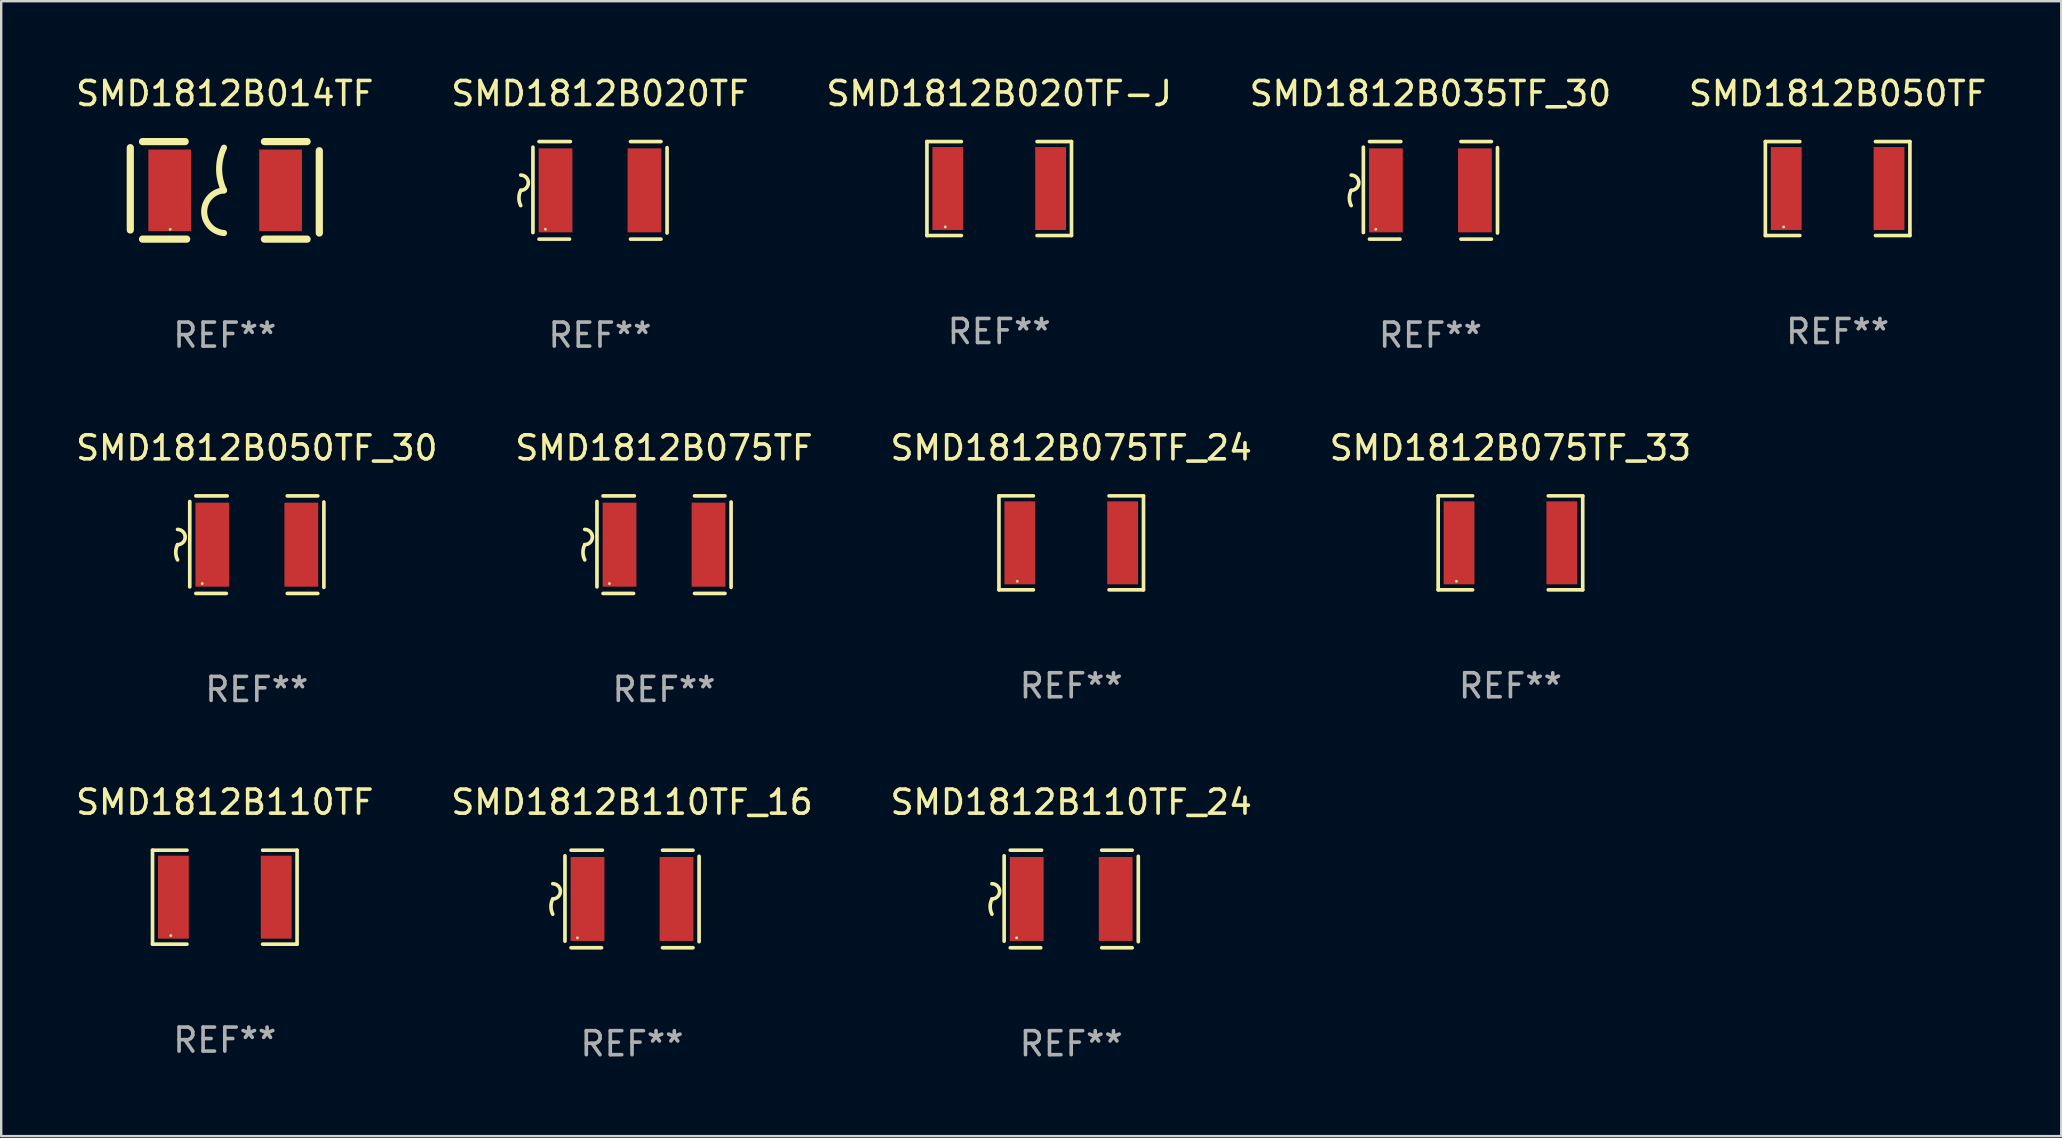
<source format=kicad_pcb>
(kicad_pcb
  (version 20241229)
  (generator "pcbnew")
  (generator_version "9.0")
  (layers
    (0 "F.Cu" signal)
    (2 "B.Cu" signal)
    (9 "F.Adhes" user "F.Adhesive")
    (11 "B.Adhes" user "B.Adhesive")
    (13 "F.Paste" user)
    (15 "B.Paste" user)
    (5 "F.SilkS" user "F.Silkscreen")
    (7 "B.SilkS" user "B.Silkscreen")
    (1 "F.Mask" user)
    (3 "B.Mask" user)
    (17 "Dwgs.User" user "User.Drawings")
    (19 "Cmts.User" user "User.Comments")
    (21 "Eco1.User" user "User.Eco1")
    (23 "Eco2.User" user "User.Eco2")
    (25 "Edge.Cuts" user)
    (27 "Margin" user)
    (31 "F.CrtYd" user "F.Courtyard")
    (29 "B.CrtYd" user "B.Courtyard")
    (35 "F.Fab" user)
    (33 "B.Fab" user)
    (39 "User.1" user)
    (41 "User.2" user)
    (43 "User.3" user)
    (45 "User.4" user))
  (footprint "SMD1812B110TF_24"
    (layer "F.Cu")
    (at 41.577 34.401)
    (property "Reference" "SMD1812B110TF_24" (at 0 -4.032 0) (layer "F.SilkS") (effects (font (size 1 1) (thickness 0.15))))
    (attr through_hole)
    (fp_line (start -2.794 -1.798) (end -2.794 1.758) (stroke (width 0.152) (type solid)) (layer "F.SilkS"))
    (fp_line (start -2.54 -2.032) (end -1.235 -2.032) (stroke (width 0.152) (type solid)) (layer "F.SilkS"))
    (fp_line (start -1.27 2.032) (end -2.54 2.032) (stroke (width 0.152) (type solid)) (layer "F.SilkS"))
    (fp_line (start 1.27 2.032) (end 2.54 2.032) (stroke (width 0.152) (type solid)) (layer "F.SilkS"))
    (fp_line (start 2.54 -2.032) (end 1.27 -2.032) (stroke (width 0.152) (type solid)) (layer "F.SilkS"))
    (fp_line (start 2.794 -1.778) (end 2.794 1.778) (stroke (width 0.152) (type solid)) (layer "F.SilkS"))
    (fp_arc (start -3.302007 -0.635002) (mid -2.984506 -0.317501) (end -3.302007 0) (stroke (width 0.151994) (type solid)) (layer "F.SilkS"))
    (fp_arc (start -3.302007 0.635002) (mid -3.376959 0.317501) (end -3.302007 0) (stroke (width 0.151994) (type solid)) (layer "F.SilkS"))
    (fp_circle (center -2.275 1.62) (end -2.245 1.62) (stroke (width 0.06) (type solid)) (fill no) (layer "F.SilkS"))
    (fp_text user "REF**" (at 0 6.032 0) (layer "F.Fab") (effects (font (size 1 1) (thickness 0.15))))
    (pad "1" smd rect (at -1.853 0) (size 1.407 3.499) (layers "F.Cu" "F.Mask" "F.Paste"))
    (pad "2" smd rect (at 1.853 0) (size 1.407 3.499) (layers "F.Cu" "F.Mask" "F.Paste")))
  (footprint "SMD1812B110TF"
    (layer "F.Cu")
    (at 6.315 34.326)
    (property "Reference" "SMD1812B110TF" (at 0 -3.957 0) (layer "F.SilkS") (effects (font (size 1 1) (thickness 0.15))))
    (attr through_hole)
    (fp_line (start -3.011 -1.957) (end -1.576 -1.957) (stroke (width 0.152) (type solid)) (layer "F.SilkS"))
    (fp_line (start -3.011 1.957) (end -3.011 -1.957) (stroke (width 0.152) (type solid)) (layer "F.SilkS"))
    (fp_line (start -1.576 1.957) (end -3.011 1.957) (stroke (width 0.152) (type solid)) (layer "F.SilkS"))
    (fp_line (start 1.576 1.957) (end 3.011 1.957) (stroke (width 0.152) (type solid)) (layer "F.SilkS"))
    (fp_line (start 3.011 -1.957) (end 1.576 -1.957) (stroke (width 0.152) (type solid)) (layer "F.SilkS"))
    (fp_line (start 3.011 1.957) (end 3.011 -1.957) (stroke (width 0.152) (type solid)) (layer "F.SilkS"))
    (fp_circle (center -2.25 1.6) (end -2.22 1.6) (stroke (width 0.06) (type solid)) (fill no) (layer "F.SilkS"))
    (fp_text user "REF**" (at 0 5.957 0) (layer "F.Fab") (effects (font (size 1 1) (thickness 0.15))))
    (pad "1" smd rect (at -2.141 0) (size 1.283 3.456) (layers "F.Cu" "F.Mask" "F.Paste"))
    (pad "2" smd rect (at 2.141 0) (size 1.283 3.456) (layers "F.Cu" "F.Mask" "F.Paste")))
  (footprint "SMD1812B075TF"
    (layer "F.Cu")
    (at 24.613 19.641)
    (property "Reference" "SMD1812B075TF" (at 0 -4.032 0) (layer "F.SilkS") (effects (font (size 1 1) (thickness 0.15))))
    (attr through_hole)
    (fp_line (start -2.794 -1.798) (end -2.794 1.758) (stroke (width 0.152) (type solid)) (layer "F.SilkS"))
    (fp_line (start -2.54 -2.032) (end -1.235 -2.032) (stroke (width 0.152) (type solid)) (layer "F.SilkS"))
    (fp_line (start -1.27 2.032) (end -2.54 2.032) (stroke (width 0.152) (type solid)) (layer "F.SilkS"))
    (fp_line (start 1.27 2.032) (end 2.54 2.032) (stroke (width 0.152) (type solid)) (layer "F.SilkS"))
    (fp_line (start 2.54 -2.032) (end 1.27 -2.032) (stroke (width 0.152) (type solid)) (layer "F.SilkS"))
    (fp_line (start 2.794 -1.778) (end 2.794 1.778) (stroke (width 0.152) (type solid)) (layer "F.SilkS"))
    (fp_arc (start -3.302007 -0.635002) (mid -2.984506 -0.317501) (end -3.302007 0) (stroke (width 0.151994) (type solid)) (layer "F.SilkS"))
    (fp_arc (start -3.302007 0.635002) (mid -3.376959 0.317501) (end -3.302007 0) (stroke (width 0.151994) (type solid)) (layer "F.SilkS"))
    (fp_circle (center -2.275 1.62) (end -2.245 1.62) (stroke (width 0.06) (type solid)) (fill no) (layer "F.SilkS"))
    (fp_text user "REF**" (at 0 6.032 0) (layer "F.Fab") (effects (font (size 1 1) (thickness 0.15))))
    (pad "1" smd rect (at -1.853 0) (size 1.407 3.499) (layers "F.Cu" "F.Mask" "F.Paste"))
    (pad "2" smd rect (at 1.853 0) (size 1.407 3.499) (layers "F.Cu" "F.Mask" "F.Paste")))
  (footprint "SMD1812B075TF_24"
    (layer "F.Cu")
    (at 41.577 19.565)
    (property "Reference" "SMD1812B075TF_24" (at 0 -3.957 0) (layer "F.SilkS") (effects (font (size 1 1) (thickness 0.15))))
    (attr through_hole)
    (fp_line (start -3.011 -1.957) (end -1.576 -1.957) (stroke (width 0.152) (type solid)) (layer "F.SilkS"))
    (fp_line (start -3.011 1.957) (end -3.011 -1.957) (stroke (width 0.152) (type solid)) (layer "F.SilkS"))
    (fp_line (start -1.576 1.957) (end -3.011 1.957) (stroke (width 0.152) (type solid)) (layer "F.SilkS"))
    (fp_line (start 1.576 1.957) (end 3.011 1.957) (stroke (width 0.152) (type solid)) (layer "F.SilkS"))
    (fp_line (start 3.011 -1.957) (end 1.576 -1.957) (stroke (width 0.152) (type solid)) (layer "F.SilkS"))
    (fp_line (start 3.011 1.957) (end 3.011 -1.957) (stroke (width 0.152) (type solid)) (layer "F.SilkS"))
    (fp_circle (center -2.25 1.6) (end -2.22 1.6) (stroke (width 0.06) (type solid)) (fill no) (layer "F.SilkS"))
    (fp_text user "REF**" (at 0 5.957 0) (layer "F.Fab") (effects (font (size 1 1) (thickness 0.15))))
    (pad "1" smd rect (at -2.141 0) (size 1.283 3.456) (layers "F.Cu" "F.Mask" "F.Paste"))
    (pad "2" smd rect (at 2.141 0) (size 1.283 3.456) (layers "F.Cu" "F.Mask" "F.Paste")))
  (footprint "SMD1812B050TF_30"
    (layer "F.Cu")
    (at 7.649 19.641)
    (property "Reference" "SMD1812B050TF_30" (at 0 -4.032 0) (layer "F.SilkS") (effects (font (size 1 1) (thickness 0.15))))
    (attr through_hole)
    (fp_line (start -2.794 -1.798) (end -2.794 1.758) (stroke (width 0.152) (type solid)) (layer "F.SilkS"))
    (fp_line (start -2.54 -2.032) (end -1.235 -2.032) (stroke (width 0.152) (type solid)) (layer "F.SilkS"))
    (fp_line (start -1.27 2.032) (end -2.54 2.032) (stroke (width 0.152) (type solid)) (layer "F.SilkS"))
    (fp_line (start 1.27 2.032) (end 2.54 2.032) (stroke (width 0.152) (type solid)) (layer "F.SilkS"))
    (fp_line (start 2.54 -2.032) (end 1.27 -2.032) (stroke (width 0.152) (type solid)) (layer "F.SilkS"))
    (fp_line (start 2.794 -1.778) (end 2.794 1.778) (stroke (width 0.152) (type solid)) (layer "F.SilkS"))
    (fp_arc (start -3.302007 -0.635002) (mid -2.984506 -0.317501) (end -3.302007 0) (stroke (width 0.151994) (type solid)) (layer "F.SilkS"))
    (fp_arc (start -3.302007 0.635002) (mid -3.376959 0.317501) (end -3.302007 0) (stroke (width 0.151994) (type solid)) (layer "F.SilkS"))
    (fp_circle (center -2.275 1.62) (end -2.245 1.62) (stroke (width 0.06) (type solid)) (fill no) (layer "F.SilkS"))
    (fp_text user "REF**" (at 0 6.032 0) (layer "F.Fab") (effects (font (size 1 1) (thickness 0.15))))
    (pad "1" smd rect (at -1.853 0) (size 1.407 3.499) (layers "F.Cu" "F.Mask" "F.Paste"))
    (pad "2" smd rect (at 1.853 0) (size 1.407 3.499) (layers "F.Cu" "F.Mask" "F.Paste")))
  (footprint "SMD1812B020TF-J"
    (layer "F.Cu")
    (at 38.577 4.805)
    (property "Reference" "SMD1812B020TF-J" (at 0 -3.957 0) (layer "F.SilkS") (effects (font (size 1 1) (thickness 0.15))))
    (attr through_hole)
    (fp_line (start -3.011 -1.957) (end -1.576 -1.957) (stroke (width 0.152) (type solid)) (layer "F.SilkS"))
    (fp_line (start -3.011 1.957) (end -3.011 -1.957) (stroke (width 0.152) (type solid)) (layer "F.SilkS"))
    (fp_line (start -1.576 1.957) (end -3.011 1.957) (stroke (width 0.152) (type solid)) (layer "F.SilkS"))
    (fp_line (start 1.576 1.957) (end 3.011 1.957) (stroke (width 0.152) (type solid)) (layer "F.SilkS"))
    (fp_line (start 3.011 -1.957) (end 1.576 -1.957) (stroke (width 0.152) (type solid)) (layer "F.SilkS"))
    (fp_line (start 3.011 1.957) (end 3.011 -1.957) (stroke (width 0.152) (type solid)) (layer "F.SilkS"))
    (fp_circle (center -2.25 1.6) (end -2.22 1.6) (stroke (width 0.06) (type solid)) (fill no) (layer "F.SilkS"))
    (fp_text user "REF**" (at 0 5.957 0) (layer "F.Fab") (effects (font (size 1 1) (thickness 0.15))))
    (pad "1" smd rect (at -2.141 0) (size 1.283 3.456) (layers "F.Cu" "F.Mask" "F.Paste"))
    (pad "2" smd rect (at 2.141 0) (size 1.283 3.456) (layers "F.Cu" "F.Mask" "F.Paste")))
  (footprint "SMD1812B014TF"
    (layer "F.Cu")
    (at 6.315 4.88)
    (property "Reference" "SMD1812B014TF" (at 0 -4.032 0) (layer "F.SilkS") (effects (font (size 1 1) (thickness 0.15))))
    (attr through_hole)
    (fp_line (start -3.937 -1.778) (end -3.937 1.651) (stroke (width 0.3) (type solid)) (layer "F.SilkS"))
    (fp_line (start -3.429 2.032) (end -1.588 2.032) (stroke (width 0.3) (type solid)) (layer "F.SilkS"))
    (fp_line (start -1.651 -2.032) (end -3.429 -2.032) (stroke (width 0.3) (type solid)) (layer "F.SilkS"))
    (fp_line (start 1.651 2.032) (end 3.429 2.032) (stroke (width 0.3) (type solid)) (layer "F.SilkS"))
    (fp_line (start 3.429 -2.032) (end 1.651 -2.032) (stroke (width 0.3) (type solid)) (layer "F.SilkS"))
    (fp_line (start 3.937 1.778) (end 3.937 -1.651) (stroke (width 0.3) (type solid)) (layer "F.SilkS"))
    (fp_arc (start -0.033147 -0.000001) (mid -0.236293 -0.889002) (end -0.033147 -1.778004) (stroke (width 0.254001) (type solid)) (layer "F.SilkS"))
    (fp_arc (start -0.033147 1.778004) (mid -0.858935 0.889002) (end -0.033146 0) (stroke (width 0.254001) (type solid)) (layer "F.SilkS"))
    (fp_circle (center -2.274 1.625) (end -2.244 1.625) (stroke (width 0.06) (type solid)) (fill no) (layer "F.SilkS"))
    (fp_text user "REF**" (at 0 6.032 0) (layer "F.Fab") (effects (font (size 1 1) (thickness 0.15))))
    (pad "1" smd rect (at -2.295 0) (size 1.78 3.4) (layers "F.Cu" "F.Mask" "F.Paste"))
    (pad "2" smd rect (at 2.323 0) (size 1.78 3.4) (layers "F.Cu" "F.Mask" "F.Paste")))
  (footprint "SMD1812B020TF"
    (layer "F.Cu")
    (at 21.946 4.88)
    (property "Reference" "SMD1812B020TF" (at 0 -4.032 0) (layer "F.SilkS") (effects (font (size 1 1) (thickness 0.15))))
    (attr through_hole)
    (fp_line (start -2.794 -1.798) (end -2.794 1.758) (stroke (width 0.152) (type solid)) (layer "F.SilkS"))
    (fp_line (start -2.54 -2.032) (end -1.235 -2.032) (stroke (width 0.152) (type solid)) (layer "F.SilkS"))
    (fp_line (start -1.27 2.032) (end -2.54 2.032) (stroke (width 0.152) (type solid)) (layer "F.SilkS"))
    (fp_line (start 1.27 2.032) (end 2.54 2.032) (stroke (width 0.152) (type solid)) (layer "F.SilkS"))
    (fp_line (start 2.54 -2.032) (end 1.27 -2.032) (stroke (width 0.152) (type solid)) (layer "F.SilkS"))
    (fp_line (start 2.794 -1.778) (end 2.794 1.778) (stroke (width 0.152) (type solid)) (layer "F.SilkS"))
    (fp_arc (start -3.302007 -0.635002) (mid -2.984506 -0.317501) (end -3.302007 0) (stroke (width 0.151994) (type solid)) (layer "F.SilkS"))
    (fp_arc (start -3.302007 0.635002) (mid -3.376959 0.317501) (end -3.302007 0) (stroke (width 0.151994) (type solid)) (layer "F.SilkS"))
    (fp_circle (center -2.275 1.62) (end -2.245 1.62) (stroke (width 0.06) (type solid)) (fill no) (layer "F.SilkS"))
    (fp_text user "REF**" (at 0 6.032 0) (layer "F.Fab") (effects (font (size 1 1) (thickness 0.15))))
    (pad "1" smd rect (at -1.853 0) (size 1.407 3.499) (layers "F.Cu" "F.Mask" "F.Paste"))
    (pad "2" smd rect (at 1.853 0) (size 1.407 3.499) (layers "F.Cu" "F.Mask" "F.Paste")))
  (footprint "SMD1812B110TF_16"
    (layer "F.Cu")
    (at 23.28 34.401)
    (property "Reference" "SMD1812B110TF_16" (at 0 -4.032 0) (layer "F.SilkS") (effects (font (size 1 1) (thickness 0.15))))
    (attr through_hole)
    (fp_line (start -2.794 -1.798) (end -2.794 1.758) (stroke (width 0.152) (type solid)) (layer "F.SilkS"))
    (fp_line (start -2.54 -2.032) (end -1.235 -2.032) (stroke (width 0.152) (type solid)) (layer "F.SilkS"))
    (fp_line (start -1.27 2.032) (end -2.54 2.032) (stroke (width 0.152) (type solid)) (layer "F.SilkS"))
    (fp_line (start 1.27 2.032) (end 2.54 2.032) (stroke (width 0.152) (type solid)) (layer "F.SilkS"))
    (fp_line (start 2.54 -2.032) (end 1.27 -2.032) (stroke (width 0.152) (type solid)) (layer "F.SilkS"))
    (fp_line (start 2.794 -1.778) (end 2.794 1.778) (stroke (width 0.152) (type solid)) (layer "F.SilkS"))
    (fp_arc (start -3.302007 -0.635002) (mid -2.984506 -0.317501) (end -3.302007 0) (stroke (width 0.151994) (type solid)) (layer "F.SilkS"))
    (fp_arc (start -3.302007 0.635002) (mid -3.376959 0.317501) (end -3.302007 0) (stroke (width 0.151994) (type solid)) (layer "F.SilkS"))
    (fp_circle (center -2.275 1.62) (end -2.245 1.62) (stroke (width 0.06) (type solid)) (fill no) (layer "F.SilkS"))
    (fp_text user "REF**" (at 0 6.032 0) (layer "F.Fab") (effects (font (size 1 1) (thickness 0.15))))
    (pad "1" smd rect (at -1.853 0) (size 1.407 3.499) (layers "F.Cu" "F.Mask" "F.Paste"))
    (pad "2" smd rect (at 1.853 0) (size 1.407 3.499) (layers "F.Cu" "F.Mask" "F.Paste")))
  (footprint "SMD1812B075TF_33"
    (layer "F.Cu")
    (at 59.875 19.565)
    (property "Reference" "SMD1812B075TF_33" (at 0 -3.957 0) (layer "F.SilkS") (effects (font (size 1 1) (thickness 0.15))))
    (attr through_hole)
    (fp_line (start -3.011 -1.957) (end -1.576 -1.957) (stroke (width 0.152) (type solid)) (layer "F.SilkS"))
    (fp_line (start -3.011 1.957) (end -3.011 -1.957) (stroke (width 0.152) (type solid)) (layer "F.SilkS"))
    (fp_line (start -1.576 1.957) (end -3.011 1.957) (stroke (width 0.152) (type solid)) (layer "F.SilkS"))
    (fp_line (start 1.576 1.957) (end 3.011 1.957) (stroke (width 0.152) (type solid)) (layer "F.SilkS"))
    (fp_line (start 3.011 -1.957) (end 1.576 -1.957) (stroke (width 0.152) (type solid)) (layer "F.SilkS"))
    (fp_line (start 3.011 1.957) (end 3.011 -1.957) (stroke (width 0.152) (type solid)) (layer "F.SilkS"))
    (fp_circle (center -2.25 1.6) (end -2.22 1.6) (stroke (width 0.06) (type solid)) (fill no) (layer "F.SilkS"))
    (fp_text user "REF**" (at 0 5.957 0) (layer "F.Fab") (effects (font (size 1 1) (thickness 0.15))))
    (pad "1" smd rect (at -2.141 0) (size 1.283 3.456) (layers "F.Cu" "F.Mask" "F.Paste"))
    (pad "2" smd rect (at 2.141 0) (size 1.283 3.456) (layers "F.Cu" "F.Mask" "F.Paste")))
  (footprint "SMD1812B050TF"
    (layer "F.Cu")
    (at 73.506 4.805)
    (property "Reference" "SMD1812B050TF" (at 0 -3.957 0) (layer "F.SilkS") (effects (font (size 1 1) (thickness 0.15))))
    (attr through_hole)
    (fp_line (start -3.011 -1.957) (end -1.576 -1.957) (stroke (width 0.152) (type solid)) (layer "F.SilkS"))
    (fp_line (start -3.011 1.957) (end -3.011 -1.957) (stroke (width 0.152) (type solid)) (layer "F.SilkS"))
    (fp_line (start -1.576 1.957) (end -3.011 1.957) (stroke (width 0.152) (type solid)) (layer "F.SilkS"))
    (fp_line (start 1.576 1.957) (end 3.011 1.957) (stroke (width 0.152) (type solid)) (layer "F.SilkS"))
    (fp_line (start 3.011 -1.957) (end 1.576 -1.957) (stroke (width 0.152) (type solid)) (layer "F.SilkS"))
    (fp_line (start 3.011 1.957) (end 3.011 -1.957) (stroke (width 0.152) (type solid)) (layer "F.SilkS"))
    (fp_circle (center -2.25 1.6) (end -2.22 1.6) (stroke (width 0.06) (type solid)) (fill no) (layer "F.SilkS"))
    (fp_text user "REF**" (at 0 5.957 0) (layer "F.Fab") (effects (font (size 1 1) (thickness 0.15))))
    (pad "1" smd rect (at -2.141 0) (size 1.283 3.456) (layers "F.Cu" "F.Mask" "F.Paste"))
    (pad "2" smd rect (at 2.141 0) (size 1.283 3.456) (layers "F.Cu" "F.Mask" "F.Paste")))
  (footprint "SMD1812B035TF_30"
    (layer "F.Cu")
    (at 56.542 4.88)
    (property "Reference" "SMD1812B035TF_30" (at 0 -4.032 0) (layer "F.SilkS") (effects (font (size 1 1) (thickness 0.15))))
    (attr through_hole)
    (fp_line (start -2.794 -1.798) (end -2.794 1.758) (stroke (width 0.152) (type solid)) (layer "F.SilkS"))
    (fp_line (start -2.54 -2.032) (end -1.235 -2.032) (stroke (width 0.152) (type solid)) (layer "F.SilkS"))
    (fp_line (start -1.27 2.032) (end -2.54 2.032) (stroke (width 0.152) (type solid)) (layer "F.SilkS"))
    (fp_line (start 1.27 2.032) (end 2.54 2.032) (stroke (width 0.152) (type solid)) (layer "F.SilkS"))
    (fp_line (start 2.54 -2.032) (end 1.27 -2.032) (stroke (width 0.152) (type solid)) (layer "F.SilkS"))
    (fp_line (start 2.794 -1.778) (end 2.794 1.778) (stroke (width 0.152) (type solid)) (layer "F.SilkS"))
    (fp_arc (start -3.302007 -0.635002) (mid -2.984506 -0.317501) (end -3.302007 0) (stroke (width 0.151994) (type solid)) (layer "F.SilkS"))
    (fp_arc (start -3.302007 0.635002) (mid -3.376959 0.317501) (end -3.302007 0) (stroke (width 0.151994) (type solid)) (layer "F.SilkS"))
    (fp_circle (center -2.275 1.62) (end -2.245 1.62) (stroke (width 0.06) (type solid)) (fill no) (layer "F.SilkS"))
    (fp_text user "REF**" (at 0 6.032 0) (layer "F.Fab") (effects (font (size 1 1) (thickness 0.15))))
    (pad "1" smd rect (at -1.853 0) (size 1.407 3.499) (layers "F.Cu" "F.Mask" "F.Paste"))
    (pad "2" smd rect (at 1.853 0) (size 1.407 3.499) (layers "F.Cu" "F.Mask" "F.Paste")))
  (gr_rect
    (start -3 -3)
    (end 82.821 44.282)
    (stroke (width 0.1) (type default))
    (fill no)
    (layer "Edge.Cuts")))
</source>
